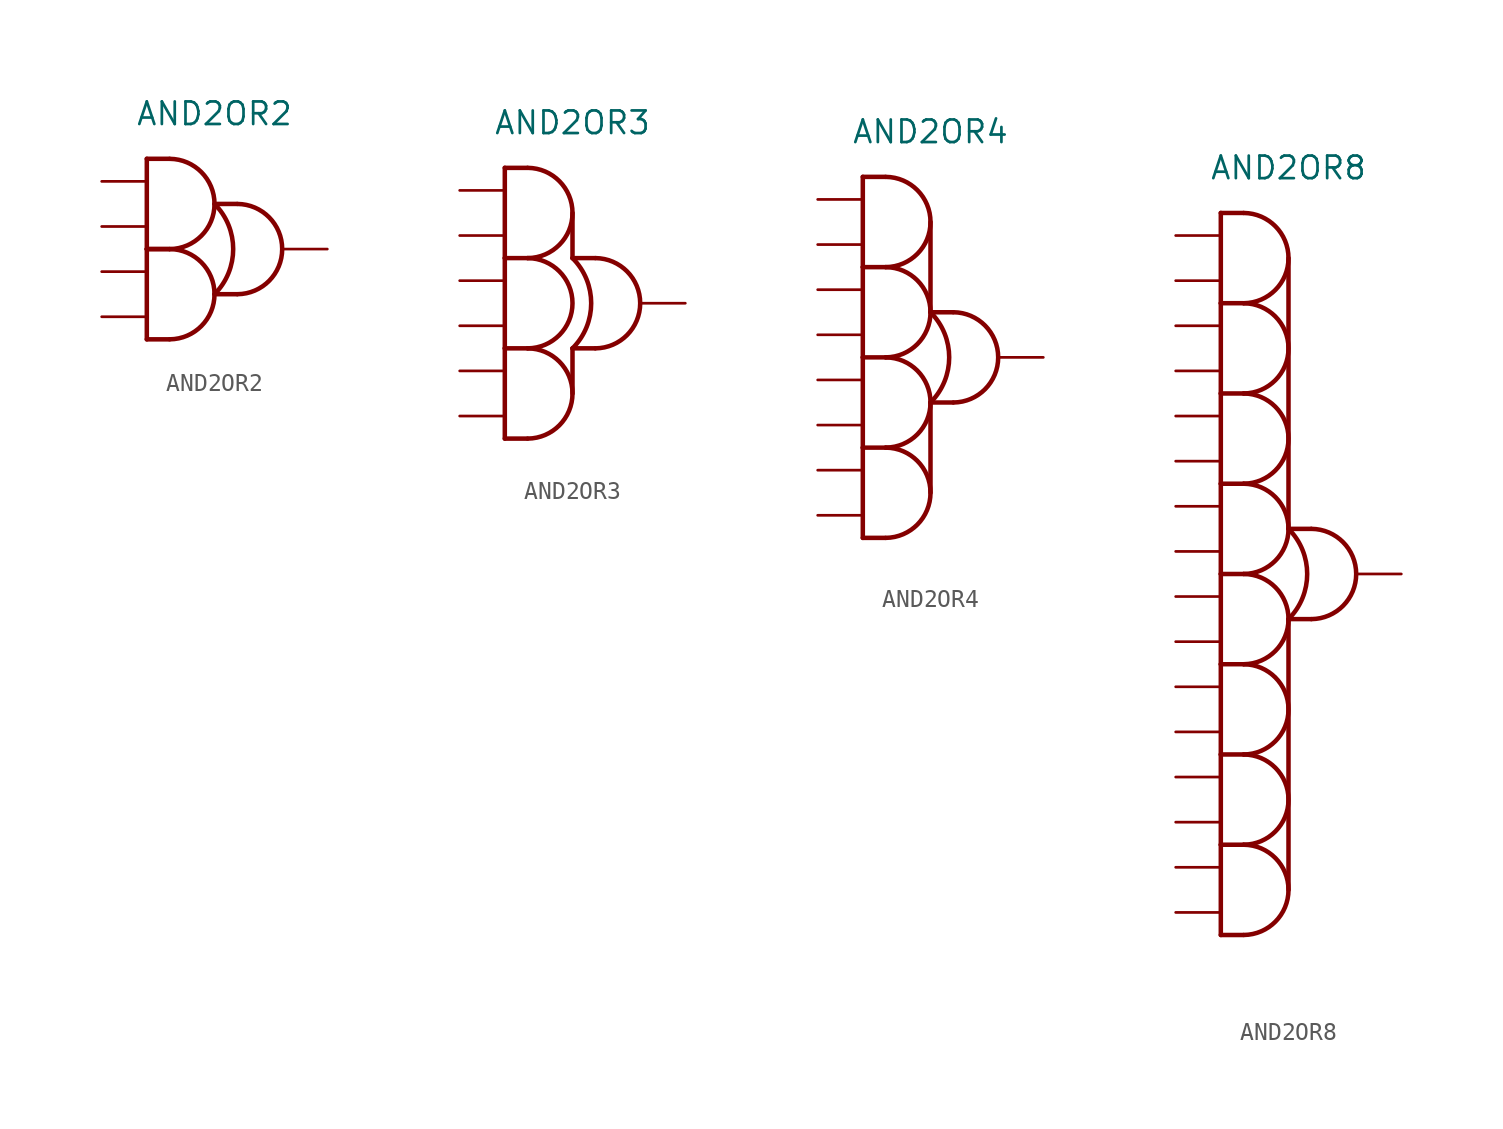
<source format=kicad_sym>
(kicad_symbol_lib
  (version 20211014)
  (generator kicad_symbol_editor)
  (symbol "AND2OR2"
    (property "Reference" "U"
      (at 0 10.16 0)
      (effects (font (size 1.27 1.27)) hide))
    (property "Value" "AND2OR2"
      (at 0 7.62 0)
      (effects (font (size 1.27 1.27))))
    (symbol "AND2OR2_0_0"
      (arc (start -2.5175 -5.08) (mid 0.0001 -2.54) (end -2.5175 0) (stroke (width 0.254) (type default) (color 0 0 0 0)) (fill (type none)))
      (arc (start -2.5175 0) (mid 0.0001 2.54) (end -2.5175 5.08) (stroke (width 0.254) (type default) (color 0 0 0 0)) (fill (type none)))
      (arc (start 0 -2.54) (mid 1.0521 0) (end 0 2.54) (stroke (width 0.254) (type default) (color 0 0 0 0)) (fill (type none)))
      (polyline (pts (xy -3.81 0) (xy -3.81 -5.08)) (stroke (width 0.254) (type default) (color 0 0 0 0)) (fill (type none)))
      (polyline (pts (xy -3.81 0) (xy -2.54 0)) (stroke (width 0.254) (type default) (color 0 0 0 0)) (fill (type none)))
      (polyline (pts (xy -3.81 5.08) (xy -3.81 0)) (stroke (width 0.254) (type default) (color 0 0 0 0)) (fill (type none)))
      (polyline (pts (xy -3.81 5.08) (xy -2.54 5.08)) (stroke (width 0.254) (type default) (color 0 0 0 0)) (fill (type none)))
      (polyline (pts (xy -2.54 -5.08) (xy -3.81 -5.08)) (stroke (width 0.254) (type default) (color 0 0 0 0)) (fill (type none)))
      (polyline (pts (xy -2.54 0) (xy -3.81 0)) (stroke (width 0.254) (type default) (color 0 0 0 0)) (fill (type none)))
      (polyline (pts (xy 0 2.54) (xy 1.27 2.54)) (stroke (width 0.254) (type default) (color 0 0 0 0)) (fill (type none)))
      (polyline (pts (xy 1.27 -2.54) (xy 0 -2.54)) (stroke (width 0.254) (type default) (color 0 0 0 0)) (fill (type none)))
      (arc (start 1.2925 -2.54) (mid 3.8101 0) (end 1.2925 2.54) (stroke (width 0.254) (type default) (color 0 0 0 0)) (fill (type none))))
    (symbol "AND2OR2_1_1"
      (pin input line (at -6.35 -3.81 0) (length 2.54) (name "" (effects (font (size 1.27 1.27)))) (number "" (effects (font (size 1.27 1.27)))))
      (pin input line (at -6.35 -1.27 0) (length 2.54) (name "" (effects (font (size 1.27 1.27)))) (number "" (effects (font (size 1.27 1.27)))))
      (pin input line (at -6.35 1.27 0) (length 2.54) (name "" (effects (font (size 1.27 1.27)))) (number "" (effects (font (size 1.27 1.27)))))
      (pin input line (at -6.35 3.81 0) (length 2.54) (name "" (effects (font (size 1.27 1.27)))) (number "" (effects (font (size 1.27 1.27)))))
      (pin output line (at 6.35 0 180) (length 2.54) (name "" (effects (font (size 1.27 1.27)))) (number "" (effects (font (size 1.27 1.27)))))))
  (symbol "AND2OR3"
    (property "Reference" "U"
      (at 0 12.7 0)
      (effects (font (size 1.27 1.27)) hide))
    (property "Value" "AND2OR3"
      (at 0 10.16 0)
      (effects (font (size 1.27 1.27))))
    (symbol "AND2OR3_0_0"
      (arc (start -2.5175 -7.62) (mid 0.0001 -5.08) (end -2.5175 -2.54) (stroke (width 0.254) (type default) (color 0 0 0 0)) (fill (type none)))
      (arc (start -2.5175 -2.54) (mid 0.0001 0) (end -2.5175 2.54) (stroke (width 0.254) (type default) (color 0 0 0 0)) (fill (type none)))
      (arc (start -2.5175 2.54) (mid 0.0001 5.08) (end -2.5175 7.62) (stroke (width 0.254) (type default) (color 0 0 0 0)) (fill (type none)))
      (arc (start 0 -2.54) (mid 1.0521 0) (end 0 2.54) (stroke (width 0.254) (type default) (color 0 0 0 0)) (fill (type none)))
      (polyline (pts (xy -3.81 -2.54) (xy -3.81 -7.62)) (stroke (width 0.254) (type default) (color 0 0 0 0)) (fill (type none)))
      (polyline (pts (xy -3.81 2.54) (xy -3.81 -2.54)) (stroke (width 0.254) (type default) (color 0 0 0 0)) (fill (type none)))
      (polyline (pts (xy -3.81 7.62) (xy -3.81 2.54)) (stroke (width 0.254) (type default) (color 0 0 0 0)) (fill (type none)))
      (polyline (pts (xy -3.81 7.62) (xy -2.54 7.62)) (stroke (width 0.254) (type default) (color 0 0 0 0)) (fill (type none)))
      (polyline (pts (xy -2.54 -7.62) (xy -3.81 -7.62)) (stroke (width 0.254) (type default) (color 0 0 0 0)) (fill (type none)))
      (polyline (pts (xy -2.54 -2.54) (xy -3.81 -2.54)) (stroke (width 0.254) (type default) (color 0 0 0 0)) (fill (type none)))
      (polyline (pts (xy -2.54 2.54) (xy -3.81 2.54)) (stroke (width 0.254) (type default) (color 0 0 0 0)) (fill (type none)))
      (polyline (pts (xy 0 -2.54) (xy 0 -5.08)) (stroke (width 0.254) (type default) (color 0 0 0 0)) (fill (type none)))
      (polyline (pts (xy 0 2.54) (xy 1.27 2.54)) (stroke (width 0.254) (type default) (color 0 0 0 0)) (fill (type none)))
      (polyline (pts (xy 0 5.08) (xy 0 2.54)) (stroke (width 0.254) (type default) (color 0 0 0 0)) (fill (type none)))
      (polyline (pts (xy 1.27 -2.54) (xy 0 -2.54)) (stroke (width 0.254) (type default) (color 0 0 0 0)) (fill (type none)))
      (arc (start 1.2925 -2.54) (mid 3.8101 0) (end 1.2925 2.54) (stroke (width 0.254) (type default) (color 0 0 0 0)) (fill (type none))))
    (symbol "AND2OR3_1_1"
      (pin input line (at -6.35 -6.35 0) (length 2.54) (name "" (effects (font (size 1.27 1.27)))) (number "" (effects (font (size 1.27 1.27)))))
      (pin input line (at -6.35 -3.81 0) (length 2.54) (name "" (effects (font (size 1.27 1.27)))) (number "" (effects (font (size 1.27 1.27)))))
      (pin input line (at -6.35 -1.27 0) (length 2.54) (name "" (effects (font (size 1.27 1.27)))) (number "" (effects (font (size 1.27 1.27)))))
      (pin input line (at -6.35 1.27 0) (length 2.54) (name "" (effects (font (size 1.27 1.27)))) (number "" (effects (font (size 1.27 1.27)))))
      (pin input line (at -6.35 3.81 0) (length 2.54) (name "" (effects (font (size 1.27 1.27)))) (number "" (effects (font (size 1.27 1.27)))))
      (pin input line (at -6.35 6.35 0) (length 2.54) (name "" (effects (font (size 1.27 1.27)))) (number "" (effects (font (size 1.27 1.27)))))
      (pin output line (at 6.35 0 180) (length 2.54) (name "" (effects (font (size 1.27 1.27)))) (number "" (effects (font (size 1.27 1.27)))))))
  (symbol "AND2OR4"
    (property "Reference" "U"
      (at 0 15.24 0)
      (effects (font (size 1.27 1.27)) hide))
    (property "Value" "AND2OR4"
      (at 0 12.7 0)
      (effects (font (size 1.27 1.27))))
    (symbol "AND2OR4_0_0"
      (arc (start -2.5175 -10.16) (mid 0.0001 -7.62) (end -2.5175 -5.08) (stroke (width 0.254) (type default) (color 0 0 0 0)) (fill (type none)))
      (arc (start -2.5175 -5.08) (mid 0.0001 -2.54) (end -2.5175 0) (stroke (width 0.254) (type default) (color 0 0 0 0)) (fill (type none)))
      (arc (start -2.5175 0) (mid 0.0001 2.54) (end -2.5175 5.08) (stroke (width 0.254) (type default) (color 0 0 0 0)) (fill (type none)))
      (arc (start -2.5175 5.08) (mid 0.0001 7.62) (end -2.5175 10.16) (stroke (width 0.254) (type default) (color 0 0 0 0)) (fill (type none)))
      (arc (start 0 -2.54) (mid 1.0521 0) (end 0 2.54) (stroke (width 0.254) (type default) (color 0 0 0 0)) (fill (type none)))
      (polyline (pts (xy -3.81 -5.08) (xy -3.81 -10.16)) (stroke (width 0.254) (type default) (color 0 0 0 0)) (fill (type none)))
      (polyline (pts (xy -3.81 0) (xy -3.81 -5.08)) (stroke (width 0.254) (type default) (color 0 0 0 0)) (fill (type none)))
      (polyline (pts (xy -3.81 5.08) (xy -3.81 0)) (stroke (width 0.254) (type default) (color 0 0 0 0)) (fill (type none)))
      (polyline (pts (xy -3.81 10.16) (xy -3.81 5.08)) (stroke (width 0.254) (type default) (color 0 0 0 0)) (fill (type none)))
      (polyline (pts (xy -3.81 10.16) (xy -2.54 10.16)) (stroke (width 0.254) (type default) (color 0 0 0 0)) (fill (type none)))
      (polyline (pts (xy -2.54 -10.16) (xy -3.81 -10.16)) (stroke (width 0.254) (type default) (color 0 0 0 0)) (fill (type none)))
      (polyline (pts (xy -2.54 -5.08) (xy -3.81 -5.08)) (stroke (width 0.254) (type default) (color 0 0 0 0)) (fill (type none)))
      (polyline (pts (xy -2.54 0) (xy -3.81 0)) (stroke (width 0.254) (type default) (color 0 0 0 0)) (fill (type none)))
      (polyline (pts (xy -2.54 5.08) (xy -3.81 5.08)) (stroke (width 0.254) (type default) (color 0 0 0 0)) (fill (type none)))
      (polyline (pts (xy 0 -2.54) (xy 0 -7.62)) (stroke (width 0.254) (type default) (color 0 0 0 0)) (fill (type none)))
      (polyline (pts (xy 0 2.54) (xy 1.27 2.54)) (stroke (width 0.254) (type default) (color 0 0 0 0)) (fill (type none)))
      (polyline (pts (xy 0 7.62) (xy 0 2.54)) (stroke (width 0.254) (type default) (color 0 0 0 0)) (fill (type none)))
      (polyline (pts (xy 1.27 -2.54) (xy 0 -2.54)) (stroke (width 0.254) (type default) (color 0 0 0 0)) (fill (type none)))
      (arc (start 1.2925 -2.54) (mid 3.8101 0) (end 1.2925 2.54) (stroke (width 0.254) (type default) (color 0 0 0 0)) (fill (type none))))
    (symbol "AND2OR4_1_1"
      (pin input line (at -6.35 -8.89 0) (length 2.54) (name "" (effects (font (size 1.27 1.27)))) (number "" (effects (font (size 1.27 1.27)))))
      (pin input line (at -6.35 -6.35 0) (length 2.54) (name "" (effects (font (size 1.27 1.27)))) (number "" (effects (font (size 1.27 1.27)))))
      (pin input line (at -6.35 -3.81 0) (length 2.54) (name "" (effects (font (size 1.27 1.27)))) (number "" (effects (font (size 1.27 1.27)))))
      (pin input line (at -6.35 -1.27 0) (length 2.54) (name "" (effects (font (size 1.27 1.27)))) (number "" (effects (font (size 1.27 1.27)))))
      (pin input line (at -6.35 1.27 0) (length 2.54) (name "" (effects (font (size 1.27 1.27)))) (number "" (effects (font (size 1.27 1.27)))))
      (pin input line (at -6.35 3.81 0) (length 2.54) (name "" (effects (font (size 1.27 1.27)))) (number "" (effects (font (size 1.27 1.27)))))
      (pin input line (at -6.35 6.35 0) (length 2.54) (name "" (effects (font (size 1.27 1.27)))) (number "" (effects (font (size 1.27 1.27)))))
      (pin input line (at -6.35 8.89 0) (length 2.54) (name "" (effects (font (size 1.27 1.27)))) (number "" (effects (font (size 1.27 1.27)))))
      (pin output line (at 6.35 0 180) (length 2.54) (name "" (effects (font (size 1.27 1.27)))) (number "" (effects (font (size 1.27 1.27)))))))
  (symbol "AND2OR8"
    (property "Reference" "U"
      (at 0 25.4 0)
      (effects (font (size 1.27 1.27)) hide))
    (property "Value" "AND2OR8"
      (at 0 22.86 0)
      (effects (font (size 1.27 1.27))))
    (symbol "AND2OR8_0_0"
      (arc (start -2.5175 -20.32) (mid 0.0001 -17.78) (end -2.5175 -15.24) (stroke (width 0.254) (type default) (color 0 0 0 0)) (fill (type none)))
      (arc (start -2.5175 -15.24) (mid 0.0001 -12.7) (end -2.5175 -10.16) (stroke (width 0.254) (type default) (color 0 0 0 0)) (fill (type none)))
      (arc (start -2.5175 -10.16) (mid 0.0001 -7.62) (end -2.5175 -5.08) (stroke (width 0.254) (type default) (color 0 0 0 0)) (fill (type none)))
      (arc (start -2.5175 -5.08) (mid 0.0001 -2.54) (end -2.5175 0) (stroke (width 0.254) (type default) (color 0 0 0 0)) (fill (type none)))
      (arc (start -2.5175 0) (mid 0.0001 2.54) (end -2.5175 5.08) (stroke (width 0.254) (type default) (color 0 0 0 0)) (fill (type none)))
      (arc (start -2.5175 5.08) (mid 0.0001 7.62) (end -2.5175 10.16) (stroke (width 0.254) (type default) (color 0 0 0 0)) (fill (type none)))
      (arc (start -2.5175 10.16) (mid 0.0001 12.7) (end -2.5175 15.24) (stroke (width 0.254) (type default) (color 0 0 0 0)) (fill (type none)))
      (arc (start -2.5175 15.24) (mid 0.0001 17.78) (end -2.5175 20.32) (stroke (width 0.254) (type default) (color 0 0 0 0)) (fill (type none)))
      (arc (start 0 -2.54) (mid 1.0521 0) (end 0 2.54) (stroke (width 0.254) (type default) (color 0 0 0 0)) (fill (type none)))
      (polyline (pts (xy -3.81 -15.24) (xy -3.81 -20.32)) (stroke (width 0.254) (type default) (color 0 0 0 0)) (fill (type none)))
      (polyline (pts (xy -3.81 -10.16) (xy -3.81 -15.24)) (stroke (width 0.254) (type default) (color 0 0 0 0)) (fill (type none)))
      (polyline (pts (xy -3.81 -5.08) (xy -3.81 -10.16)) (stroke (width 0.254) (type default) (color 0 0 0 0)) (fill (type none)))
      (polyline (pts (xy -3.81 0) (xy -3.81 -5.08)) (stroke (width 0.254) (type default) (color 0 0 0 0)) (fill (type none)))
      (polyline (pts (xy -3.81 5.08) (xy -3.81 0)) (stroke (width 0.254) (type default) (color 0 0 0 0)) (fill (type none)))
      (polyline (pts (xy -3.81 10.16) (xy -3.81 5.08)) (stroke (width 0.254) (type default) (color 0 0 0 0)) (fill (type none)))
      (polyline (pts (xy -3.81 10.16) (xy -2.54 10.16)) (stroke (width 0.254) (type default) (color 0 0 0 0)) (fill (type none)))
      (polyline (pts (xy -3.81 15.24) (xy -3.81 10.16)) (stroke (width 0.254) (type default) (color 0 0 0 0)) (fill (type none)))
      (polyline (pts (xy -3.81 15.24) (xy -2.54 15.24)) (stroke (width 0.254) (type default) (color 0 0 0 0)) (fill (type none)))
      (polyline (pts (xy -3.81 20.32) (xy -3.81 15.24)) (stroke (width 0.254) (type default) (color 0 0 0 0)) (fill (type none)))
      (polyline (pts (xy -3.81 20.32) (xy -2.54 20.32)) (stroke (width 0.254) (type default) (color 0 0 0 0)) (fill (type none)))
      (polyline (pts (xy -2.54 -20.32) (xy -3.81 -20.32)) (stroke (width 0.254) (type default) (color 0 0 0 0)) (fill (type none)))
      (polyline (pts (xy -2.54 -15.24) (xy -3.81 -15.24)) (stroke (width 0.254) (type default) (color 0 0 0 0)) (fill (type none)))
      (polyline (pts (xy -2.54 -10.16) (xy -3.81 -10.16)) (stroke (width 0.254) (type default) (color 0 0 0 0)) (fill (type none)))
      (polyline (pts (xy -2.54 -5.08) (xy -3.81 -5.08)) (stroke (width 0.254) (type default) (color 0 0 0 0)) (fill (type none)))
      (polyline (pts (xy -2.54 0) (xy -3.81 0)) (stroke (width 0.254) (type default) (color 0 0 0 0)) (fill (type none)))
      (polyline (pts (xy -2.54 5.08) (xy -3.81 5.08)) (stroke (width 0.254) (type default) (color 0 0 0 0)) (fill (type none)))
      (polyline (pts (xy 0 -2.54) (xy 0 -17.78)) (stroke (width 0.254) (type default) (color 0 0 0 0)) (fill (type none)))
      (polyline (pts (xy 0 2.54) (xy 1.27 2.54)) (stroke (width 0.254) (type default) (color 0 0 0 0)) (fill (type none)))
      (polyline (pts (xy 0 17.78) (xy 0 2.54)) (stroke (width 0.254) (type default) (color 0 0 0 0)) (fill (type none)))
      (polyline (pts (xy 1.27 -2.54) (xy 0 -2.54)) (stroke (width 0.254) (type default) (color 0 0 0 0)) (fill (type none)))
      (arc (start 1.2925 -2.54) (mid 3.8101 0) (end 1.2925 2.54) (stroke (width 0.254) (type default) (color 0 0 0 0)) (fill (type none))))
    (symbol "AND2OR8_1_1"
      (pin input line (at -6.35 -19.05 0) (length 2.54) (name "" (effects (font (size 1.27 1.27)))) (number "" (effects (font (size 1.27 1.27)))))
      (pin input line (at -6.35 -16.51 0) (length 2.54) (name "" (effects (font (size 1.27 1.27)))) (number "" (effects (font (size 1.27 1.27)))))
      (pin input line (at -6.35 -13.97 0) (length 2.54) (name "" (effects (font (size 1.27 1.27)))) (number "" (effects (font (size 1.27 1.27)))))
      (pin input line (at -6.35 -11.43 0) (length 2.54) (name "" (effects (font (size 1.27 1.27)))) (number "" (effects (font (size 1.27 1.27)))))
      (pin input line (at -6.35 -8.89 0) (length 2.54) (name "" (effects (font (size 1.27 1.27)))) (number "" (effects (font (size 1.27 1.27)))))
      (pin input line (at -6.35 -6.35 0) (length 2.54) (name "" (effects (font (size 1.27 1.27)))) (number "" (effects (font (size 1.27 1.27)))))
      (pin input line (at -6.35 -3.81 0) (length 2.54) (name "" (effects (font (size 1.27 1.27)))) (number "" (effects (font (size 1.27 1.27)))))
      (pin input line (at -6.35 -1.27 0) (length 2.54) (name "" (effects (font (size 1.27 1.27)))) (number "" (effects (font (size 1.27 1.27)))))
      (pin input line (at -6.35 1.27 0) (length 2.54) (name "" (effects (font (size 1.27 1.27)))) (number "" (effects (font (size 1.27 1.27)))))
      (pin input line (at -6.35 3.81 0) (length 2.54) (name "" (effects (font (size 1.27 1.27)))) (number "" (effects (font (size 1.27 1.27)))))
      (pin input line (at -6.35 6.35 0) (length 2.54) (name "" (effects (font (size 1.27 1.27)))) (number "" (effects (font (size 1.27 1.27)))))
      (pin input line (at -6.35 8.89 0) (length 2.54) (name "" (effects (font (size 1.27 1.27)))) (number "" (effects (font (size 1.27 1.27)))))
      (pin input line (at -6.35 11.43 0) (length 2.54) (name "" (effects (font (size 1.27 1.27)))) (number "" (effects (font (size 1.27 1.27)))))
      (pin input line (at -6.35 13.97 0) (length 2.54) (name "" (effects (font (size 1.27 1.27)))) (number "" (effects (font (size 1.27 1.27)))))
      (pin input line (at -6.35 16.51 0) (length 2.54) (name "" (effects (font (size 1.27 1.27)))) (number "" (effects (font (size 1.27 1.27)))))
      (pin input line (at -6.35 19.05 0) (length 2.54) (name "" (effects (font (size 1.27 1.27)))) (number "" (effects (font (size 1.27 1.27)))))
      (pin output line (at 6.35 0 180) (length 2.54) (name "" (effects (font (size 1.27 1.27)))) (number "" (effects (font (size 1.27 1.27))))))))
</source>
